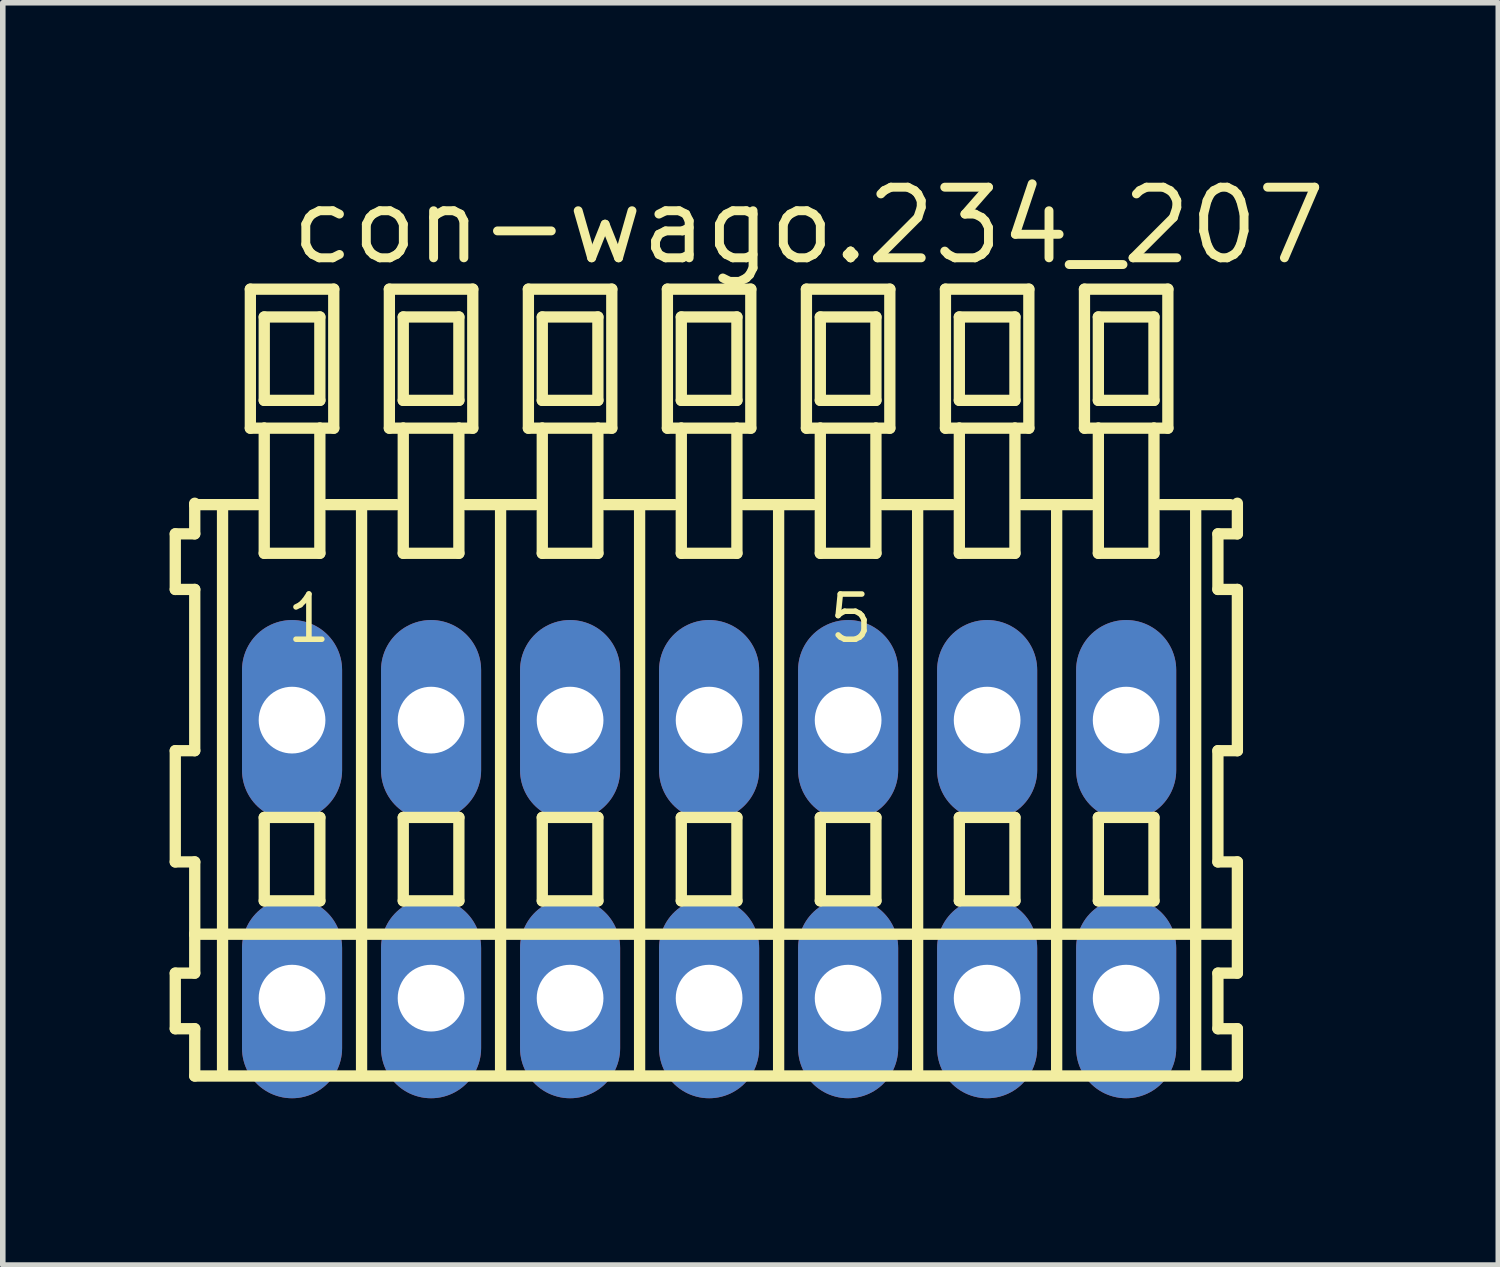
<source format=kicad_pcb>
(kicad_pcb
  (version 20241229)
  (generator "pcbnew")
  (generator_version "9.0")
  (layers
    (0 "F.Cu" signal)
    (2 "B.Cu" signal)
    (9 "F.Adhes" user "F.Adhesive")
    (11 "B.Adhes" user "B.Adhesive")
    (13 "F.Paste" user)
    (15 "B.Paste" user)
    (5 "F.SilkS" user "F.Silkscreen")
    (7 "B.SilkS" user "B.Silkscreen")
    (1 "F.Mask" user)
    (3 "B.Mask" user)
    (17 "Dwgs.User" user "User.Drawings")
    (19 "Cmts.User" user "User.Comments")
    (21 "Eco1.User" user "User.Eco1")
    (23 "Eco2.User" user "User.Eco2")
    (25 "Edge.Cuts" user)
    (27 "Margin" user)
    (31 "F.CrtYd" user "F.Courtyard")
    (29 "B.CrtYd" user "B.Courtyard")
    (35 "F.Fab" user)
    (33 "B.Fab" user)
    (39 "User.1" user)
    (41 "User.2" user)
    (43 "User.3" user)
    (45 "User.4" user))
  (footprint "con-wago.234_207"
    (layer "F.Cu")
    (at 9.702 12.4)
    (property "Reference" "con-wago.234_207" (at -7.6 -10.65 0) (layer "F.SilkS") (effects (font (size 1.27 1.27) (thickness 0.16)) (justify left bottom)))
    (attr through_hole)
    (fp_line (start -9.6 -5.85) (end -9.6 -4.85) (stroke (width 0.203) (type default)) (layer "F.SilkS"))
    (fp_line (start -9.6 -4.85) (end -9.25 -4.85) (stroke (width 0.203) (type default)) (layer "F.SilkS"))
    (fp_line (start -9.6 -1.95) (end -9.6 0.05) (stroke (width 0.203) (type default)) (layer "F.SilkS"))
    (fp_line (start -9.6 0.05) (end -9.25 0.05) (stroke (width 0.203) (type default)) (layer "F.SilkS"))
    (fp_line (start -9.6 2.05) (end -9.6 3.05) (stroke (width 0.203) (type default)) (layer "F.SilkS"))
    (fp_line (start -9.6 3.05) (end -9.25 3.05) (stroke (width 0.203) (type default)) (layer "F.SilkS"))
    (fp_line (start -9.25 -6.4) (end -9.25 -6.375) (stroke (width 0.203) (type default)) (layer "F.SilkS"))
    (fp_line (start -9.25 -6.375) (end -9.25 -5.85) (stroke (width 0.203) (type default)) (layer "F.SilkS"))
    (fp_line (start -9.25 -6.375) (end -8.125 -6.375) (stroke (width 0.203) (type default)) (layer "F.SilkS"))
    (fp_line (start -9.25 -5.85) (end -9.6 -5.85) (stroke (width 0.203) (type default)) (layer "F.SilkS"))
    (fp_line (start -9.25 -4.85) (end -9.25 -1.95) (stroke (width 0.203) (type default)) (layer "F.SilkS"))
    (fp_line (start -9.25 -1.95) (end -9.6 -1.95) (stroke (width 0.203) (type default)) (layer "F.SilkS"))
    (fp_line (start -9.25 0.05) (end -9.25 1.35) (stroke (width 0.203) (type default)) (layer "F.SilkS"))
    (fp_line (start -9.25 1.35) (end -9.25 2.05) (stroke (width 0.203) (type default)) (layer "F.SilkS"))
    (fp_line (start -9.25 1.35) (end 9.5 1.35) (stroke (width 0.203) (type default)) (layer "F.SilkS"))
    (fp_line (start -9.25 2.05) (end -9.6 2.05) (stroke (width 0.203) (type default)) (layer "F.SilkS"))
    (fp_line (start -9.25 3.05) (end -9.25 3.9) (stroke (width 0.203) (type default)) (layer "F.SilkS"))
    (fp_line (start -9.25 3.9) (end 9.5 3.9) (stroke (width 0.203) (type default)) (layer "F.SilkS"))
    (fp_line (start -8.75 -6.35) (end -8.75 3.8) (stroke (width 0.203) (type default)) (layer "F.SilkS"))
    (fp_line (start -8.25 -10.25) (end -8.25 -7.75) (stroke (width 0.203) (type default)) (layer "F.SilkS"))
    (fp_line (start -8.25 -7.75) (end -8 -7.75) (stroke (width 0.203) (type default)) (layer "F.SilkS"))
    (fp_line (start -8 -9.75) (end -8 -8.25) (stroke (width 0.203) (type default)) (layer "F.SilkS"))
    (fp_line (start -8 -8.25) (end -7 -8.25) (stroke (width 0.203) (type default)) (layer "F.SilkS"))
    (fp_line (start -8 -7.75) (end -8 -5.5) (stroke (width 0.203) (type default)) (layer "F.SilkS"))
    (fp_line (start -8 -7.75) (end -7 -7.75) (stroke (width 0.203) (type default)) (layer "F.SilkS"))
    (fp_line (start -8 -5.5) (end -7 -5.5) (stroke (width 0.203) (type default)) (layer "F.SilkS"))
    (fp_line (start -8 -0.75) (end -8 0.75) (stroke (width 0.203) (type default)) (layer "F.SilkS"))
    (fp_line (start -8 0.75) (end -7 0.75) (stroke (width 0.203) (type default)) (layer "F.SilkS"))
    (fp_line (start -7 -9.75) (end -8 -9.75) (stroke (width 0.203) (type default)) (layer "F.SilkS"))
    (fp_line (start -7 -8.25) (end -7 -9.75) (stroke (width 0.203) (type default)) (layer "F.SilkS"))
    (fp_line (start -7 -7.75) (end -6.75 -7.75) (stroke (width 0.203) (type default)) (layer "F.SilkS"))
    (fp_line (start -7 -5.5) (end -7 -7.75) (stroke (width 0.203) (type default)) (layer "F.SilkS"))
    (fp_line (start -7 -0.75) (end -8 -0.75) (stroke (width 0.203) (type default)) (layer "F.SilkS"))
    (fp_line (start -7 0.75) (end -7 -0.75) (stroke (width 0.203) (type default)) (layer "F.SilkS"))
    (fp_line (start -6.875 -6.375) (end -5.625 -6.375) (stroke (width 0.203) (type default)) (layer "F.SilkS"))
    (fp_line (start -6.75 -10.25) (end -8.25 -10.25) (stroke (width 0.203) (type default)) (layer "F.SilkS"))
    (fp_line (start -6.75 -7.75) (end -6.75 -10.25) (stroke (width 0.203) (type default)) (layer "F.SilkS"))
    (fp_line (start -6.25 -6.35) (end -6.25 3.8) (stroke (width 0.203) (type default)) (layer "F.SilkS"))
    (fp_line (start -5.75 -10.25) (end -5.75 -7.75) (stroke (width 0.203) (type default)) (layer "F.SilkS"))
    (fp_line (start -5.75 -7.75) (end -5.5 -7.75) (stroke (width 0.203) (type default)) (layer "F.SilkS"))
    (fp_line (start -5.5 -9.75) (end -5.5 -8.25) (stroke (width 0.203) (type default)) (layer "F.SilkS"))
    (fp_line (start -5.5 -8.25) (end -4.5 -8.25) (stroke (width 0.203) (type default)) (layer "F.SilkS"))
    (fp_line (start -5.5 -7.75) (end -5.5 -5.5) (stroke (width 0.203) (type default)) (layer "F.SilkS"))
    (fp_line (start -5.5 -7.75) (end -4.5 -7.75) (stroke (width 0.203) (type default)) (layer "F.SilkS"))
    (fp_line (start -5.5 -5.5) (end -4.5 -5.5) (stroke (width 0.203) (type default)) (layer "F.SilkS"))
    (fp_line (start -5.5 -0.75) (end -5.5 0.75) (stroke (width 0.203) (type default)) (layer "F.SilkS"))
    (fp_line (start -5.5 0.75) (end -4.5 0.75) (stroke (width 0.203) (type default)) (layer "F.SilkS"))
    (fp_line (start -4.5 -9.75) (end -5.5 -9.75) (stroke (width 0.203) (type default)) (layer "F.SilkS"))
    (fp_line (start -4.5 -8.25) (end -4.5 -9.75) (stroke (width 0.203) (type default)) (layer "F.SilkS"))
    (fp_line (start -4.5 -7.75) (end -4.25 -7.75) (stroke (width 0.203) (type default)) (layer "F.SilkS"))
    (fp_line (start -4.5 -5.5) (end -4.5 -7.75) (stroke (width 0.203) (type default)) (layer "F.SilkS"))
    (fp_line (start -4.5 -0.75) (end -5.5 -0.75) (stroke (width 0.203) (type default)) (layer "F.SilkS"))
    (fp_line (start -4.5 0.75) (end -4.5 -0.75) (stroke (width 0.203) (type default)) (layer "F.SilkS"))
    (fp_line (start -4.375 -6.375) (end -3.125 -6.375) (stroke (width 0.203) (type default)) (layer "F.SilkS"))
    (fp_line (start -4.25 -10.25) (end -5.75 -10.25) (stroke (width 0.203) (type default)) (layer "F.SilkS"))
    (fp_line (start -4.25 -7.75) (end -4.25 -10.25) (stroke (width 0.203) (type default)) (layer "F.SilkS"))
    (fp_line (start -3.75 -6.35) (end -3.75 3.8) (stroke (width 0.203) (type default)) (layer "F.SilkS"))
    (fp_line (start -3.25 -10.25) (end -3.25 -7.75) (stroke (width 0.203) (type default)) (layer "F.SilkS"))
    (fp_line (start -3.25 -7.75) (end -3 -7.75) (stroke (width 0.203) (type default)) (layer "F.SilkS"))
    (fp_line (start -3 -9.75) (end -3 -8.25) (stroke (width 0.203) (type default)) (layer "F.SilkS"))
    (fp_line (start -3 -8.25) (end -2 -8.25) (stroke (width 0.203) (type default)) (layer "F.SilkS"))
    (fp_line (start -3 -7.75) (end -3 -5.5) (stroke (width 0.203) (type default)) (layer "F.SilkS"))
    (fp_line (start -3 -7.75) (end -2 -7.75) (stroke (width 0.203) (type default)) (layer "F.SilkS"))
    (fp_line (start -3 -5.5) (end -2 -5.5) (stroke (width 0.203) (type default)) (layer "F.SilkS"))
    (fp_line (start -3 -0.75) (end -3 0.75) (stroke (width 0.203) (type default)) (layer "F.SilkS"))
    (fp_line (start -3 0.75) (end -2 0.75) (stroke (width 0.203) (type default)) (layer "F.SilkS"))
    (fp_line (start -2 -9.75) (end -3 -9.75) (stroke (width 0.203) (type default)) (layer "F.SilkS"))
    (fp_line (start -2 -8.25) (end -2 -9.75) (stroke (width 0.203) (type default)) (layer "F.SilkS"))
    (fp_line (start -2 -7.75) (end -1.75 -7.75) (stroke (width 0.203) (type default)) (layer "F.SilkS"))
    (fp_line (start -2 -5.5) (end -2 -7.75) (stroke (width 0.203) (type default)) (layer "F.SilkS"))
    (fp_line (start -2 -0.75) (end -3 -0.75) (stroke (width 0.203) (type default)) (layer "F.SilkS"))
    (fp_line (start -2 0.75) (end -2 -0.75) (stroke (width 0.203) (type default)) (layer "F.SilkS"))
    (fp_line (start -1.875 -6.375) (end -0.625 -6.375) (stroke (width 0.203) (type default)) (layer "F.SilkS"))
    (fp_line (start -1.75 -10.25) (end -3.25 -10.25) (stroke (width 0.203) (type default)) (layer "F.SilkS"))
    (fp_line (start -1.75 -7.75) (end -1.75 -10.25) (stroke (width 0.203) (type default)) (layer "F.SilkS"))
    (fp_line (start -1.25 -6.35) (end -1.25 3.8) (stroke (width 0.203) (type default)) (layer "F.SilkS"))
    (fp_line (start -0.75 -10.25) (end -0.75 -7.75) (stroke (width 0.203) (type default)) (layer "F.SilkS"))
    (fp_line (start -0.75 -7.75) (end -0.5 -7.75) (stroke (width 0.203) (type default)) (layer "F.SilkS"))
    (fp_line (start -0.5 -9.75) (end -0.5 -8.25) (stroke (width 0.203) (type default)) (layer "F.SilkS"))
    (fp_line (start -0.5 -8.25) (end 0.5 -8.25) (stroke (width 0.203) (type default)) (layer "F.SilkS"))
    (fp_line (start -0.5 -7.75) (end -0.5 -5.5) (stroke (width 0.203) (type default)) (layer "F.SilkS"))
    (fp_line (start -0.5 -7.75) (end 0.5 -7.75) (stroke (width 0.203) (type default)) (layer "F.SilkS"))
    (fp_line (start -0.5 -5.5) (end 0.5 -5.5) (stroke (width 0.203) (type default)) (layer "F.SilkS"))
    (fp_line (start -0.5 -0.75) (end -0.5 0.75) (stroke (width 0.203) (type default)) (layer "F.SilkS"))
    (fp_line (start -0.5 0.75) (end 0.5 0.75) (stroke (width 0.203) (type default)) (layer "F.SilkS"))
    (fp_line (start 0.5 -9.75) (end -0.5 -9.75) (stroke (width 0.203) (type default)) (layer "F.SilkS"))
    (fp_line (start 0.5 -8.25) (end 0.5 -9.75) (stroke (width 0.203) (type default)) (layer "F.SilkS"))
    (fp_line (start 0.5 -7.75) (end 0.75 -7.75) (stroke (width 0.203) (type default)) (layer "F.SilkS"))
    (fp_line (start 0.5 -5.5) (end 0.5 -7.75) (stroke (width 0.203) (type default)) (layer "F.SilkS"))
    (fp_line (start 0.5 -0.75) (end -0.5 -0.75) (stroke (width 0.203) (type default)) (layer "F.SilkS"))
    (fp_line (start 0.5 0.75) (end 0.5 -0.75) (stroke (width 0.203) (type default)) (layer "F.SilkS"))
    (fp_line (start 0.625 -6.375) (end 1.875 -6.375) (stroke (width 0.203) (type default)) (layer "F.SilkS"))
    (fp_line (start 0.75 -10.25) (end -0.75 -10.25) (stroke (width 0.203) (type default)) (layer "F.SilkS"))
    (fp_line (start 0.75 -7.75) (end 0.75 -10.25) (stroke (width 0.203) (type default)) (layer "F.SilkS"))
    (fp_line (start 1.25 -6.35) (end 1.25 3.8) (stroke (width 0.203) (type default)) (layer "F.SilkS"))
    (fp_line (start 1.75 -10.25) (end 1.75 -7.75) (stroke (width 0.203) (type default)) (layer "F.SilkS"))
    (fp_line (start 1.75 -7.75) (end 2 -7.75) (stroke (width 0.203) (type default)) (layer "F.SilkS"))
    (fp_line (start 2 -9.75) (end 2 -8.25) (stroke (width 0.203) (type default)) (layer "F.SilkS"))
    (fp_line (start 2 -8.25) (end 3 -8.25) (stroke (width 0.203) (type default)) (layer "F.SilkS"))
    (fp_line (start 2 -7.75) (end 2 -5.5) (stroke (width 0.203) (type default)) (layer "F.SilkS"))
    (fp_line (start 2 -7.75) (end 3 -7.75) (stroke (width 0.203) (type default)) (layer "F.SilkS"))
    (fp_line (start 2 -5.5) (end 3 -5.5) (stroke (width 0.203) (type default)) (layer "F.SilkS"))
    (fp_line (start 2 -0.75) (end 2 0.75) (stroke (width 0.203) (type default)) (layer "F.SilkS"))
    (fp_line (start 2 0.75) (end 3 0.75) (stroke (width 0.203) (type default)) (layer "F.SilkS"))
    (fp_line (start 3 -9.75) (end 2 -9.75) (stroke (width 0.203) (type default)) (layer "F.SilkS"))
    (fp_line (start 3 -8.25) (end 3 -9.75) (stroke (width 0.203) (type default)) (layer "F.SilkS"))
    (fp_line (start 3 -7.75) (end 3.25 -7.75) (stroke (width 0.203) (type default)) (layer "F.SilkS"))
    (fp_line (start 3 -5.5) (end 3 -7.75) (stroke (width 0.203) (type default)) (layer "F.SilkS"))
    (fp_line (start 3 -0.75) (end 2 -0.75) (stroke (width 0.203) (type default)) (layer "F.SilkS"))
    (fp_line (start 3 0.75) (end 3 -0.75) (stroke (width 0.203) (type default)) (layer "F.SilkS"))
    (fp_line (start 3.125 -6.375) (end 4.375 -6.375) (stroke (width 0.203) (type default)) (layer "F.SilkS"))
    (fp_line (start 3.25 -10.25) (end 1.75 -10.25) (stroke (width 0.203) (type default)) (layer "F.SilkS"))
    (fp_line (start 3.25 -7.75) (end 3.25 -10.25) (stroke (width 0.203) (type default)) (layer "F.SilkS"))
    (fp_line (start 3.75 -6.35) (end 3.75 3.8) (stroke (width 0.203) (type default)) (layer "F.SilkS"))
    (fp_line (start 4.25 -10.25) (end 4.25 -7.75) (stroke (width 0.203) (type default)) (layer "F.SilkS"))
    (fp_line (start 4.25 -7.75) (end 4.5 -7.75) (stroke (width 0.203) (type default)) (layer "F.SilkS"))
    (fp_line (start 4.5 -9.75) (end 4.5 -8.25) (stroke (width 0.203) (type default)) (layer "F.SilkS"))
    (fp_line (start 4.5 -8.25) (end 5.5 -8.25) (stroke (width 0.203) (type default)) (layer "F.SilkS"))
    (fp_line (start 4.5 -7.75) (end 4.5 -5.5) (stroke (width 0.203) (type default)) (layer "F.SilkS"))
    (fp_line (start 4.5 -7.75) (end 5.5 -7.75) (stroke (width 0.203) (type default)) (layer "F.SilkS"))
    (fp_line (start 4.5 -5.5) (end 5.5 -5.5) (stroke (width 0.203) (type default)) (layer "F.SilkS"))
    (fp_line (start 4.5 -0.75) (end 4.5 0.75) (stroke (width 0.203) (type default)) (layer "F.SilkS"))
    (fp_line (start 4.5 0.75) (end 5.5 0.75) (stroke (width 0.203) (type default)) (layer "F.SilkS"))
    (fp_line (start 5.5 -9.75) (end 4.5 -9.75) (stroke (width 0.203) (type default)) (layer "F.SilkS"))
    (fp_line (start 5.5 -8.25) (end 5.5 -9.75) (stroke (width 0.203) (type default)) (layer "F.SilkS"))
    (fp_line (start 5.5 -7.75) (end 5.75 -7.75) (stroke (width 0.203) (type default)) (layer "F.SilkS"))
    (fp_line (start 5.5 -5.5) (end 5.5 -7.75) (stroke (width 0.203) (type default)) (layer "F.SilkS"))
    (fp_line (start 5.5 -0.75) (end 4.5 -0.75) (stroke (width 0.203) (type default)) (layer "F.SilkS"))
    (fp_line (start 5.5 0.75) (end 5.5 -0.75) (stroke (width 0.203) (type default)) (layer "F.SilkS"))
    (fp_line (start 5.625 -6.375) (end 6.875 -6.375) (stroke (width 0.203) (type default)) (layer "F.SilkS"))
    (fp_line (start 5.75 -10.25) (end 4.25 -10.25) (stroke (width 0.203) (type default)) (layer "F.SilkS"))
    (fp_line (start 5.75 -7.75) (end 5.75 -10.25) (stroke (width 0.203) (type default)) (layer "F.SilkS"))
    (fp_line (start 6.25 -6.35) (end 6.25 3.8) (stroke (width 0.203) (type default)) (layer "F.SilkS"))
    (fp_line (start 6.75 -10.25) (end 6.75 -7.75) (stroke (width 0.203) (type default)) (layer "F.SilkS"))
    (fp_line (start 6.75 -7.75) (end 7 -7.75) (stroke (width 0.203) (type default)) (layer "F.SilkS"))
    (fp_line (start 7 -9.75) (end 7 -8.25) (stroke (width 0.203) (type default)) (layer "F.SilkS"))
    (fp_line (start 7 -8.25) (end 8 -8.25) (stroke (width 0.203) (type default)) (layer "F.SilkS"))
    (fp_line (start 7 -7.75) (end 7 -5.5) (stroke (width 0.203) (type default)) (layer "F.SilkS"))
    (fp_line (start 7 -7.75) (end 8 -7.75) (stroke (width 0.203) (type default)) (layer "F.SilkS"))
    (fp_line (start 7 -5.5) (end 8 -5.5) (stroke (width 0.203) (type default)) (layer "F.SilkS"))
    (fp_line (start 7 -0.75) (end 7 0.75) (stroke (width 0.203) (type default)) (layer "F.SilkS"))
    (fp_line (start 7 0.75) (end 8 0.75) (stroke (width 0.203) (type default)) (layer "F.SilkS"))
    (fp_line (start 8 -9.75) (end 7 -9.75) (stroke (width 0.203) (type default)) (layer "F.SilkS"))
    (fp_line (start 8 -8.25) (end 8 -9.75) (stroke (width 0.203) (type default)) (layer "F.SilkS"))
    (fp_line (start 8 -7.75) (end 8.25 -7.75) (stroke (width 0.203) (type default)) (layer "F.SilkS"))
    (fp_line (start 8 -5.5) (end 8 -7.75) (stroke (width 0.203) (type default)) (layer "F.SilkS"))
    (fp_line (start 8 -0.75) (end 7 -0.75) (stroke (width 0.203) (type default)) (layer "F.SilkS"))
    (fp_line (start 8 0.75) (end 8 -0.75) (stroke (width 0.203) (type default)) (layer "F.SilkS"))
    (fp_line (start 8.125 -6.375) (end 9.375 -6.375) (stroke (width 0.203) (type default)) (layer "F.SilkS"))
    (fp_line (start 8.25 -10.25) (end 6.75 -10.25) (stroke (width 0.203) (type default)) (layer "F.SilkS"))
    (fp_line (start 8.25 -7.75) (end 8.25 -10.25) (stroke (width 0.203) (type default)) (layer "F.SilkS"))
    (fp_line (start 8.75 -6.35) (end 8.75 3.8) (stroke (width 0.203) (type default)) (layer "F.SilkS"))
    (fp_line (start 9.15 -5.85) (end 9.15 -4.85) (stroke (width 0.203) (type default)) (layer "F.SilkS"))
    (fp_line (start 9.15 -4.85) (end 9.5 -4.85) (stroke (width 0.203) (type default)) (layer "F.SilkS"))
    (fp_line (start 9.15 -1.95) (end 9.15 0.05) (stroke (width 0.203) (type default)) (layer "F.SilkS"))
    (fp_line (start 9.15 0.05) (end 9.5 0.05) (stroke (width 0.203) (type default)) (layer "F.SilkS"))
    (fp_line (start 9.15 2.05) (end 9.15 3.05) (stroke (width 0.203) (type default)) (layer "F.SilkS"))
    (fp_line (start 9.15 3.05) (end 9.5 3.05) (stroke (width 0.203) (type default)) (layer "F.SilkS"))
    (fp_line (start 9.5 -5.85) (end 9.15 -5.85) (stroke (width 0.203) (type default)) (layer "F.SilkS"))
    (fp_line (start 9.5 -5.85) (end 9.5 -6.4) (stroke (width 0.203) (type default)) (layer "F.SilkS"))
    (fp_line (start 9.5 -1.95) (end 9.15 -1.95) (stroke (width 0.203) (type default)) (layer "F.SilkS"))
    (fp_line (start 9.5 -1.95) (end 9.5 -4.85) (stroke (width 0.203) (type default)) (layer "F.SilkS"))
    (fp_line (start 9.5 1.35) (end 9.5 0.05) (stroke (width 0.203) (type default)) (layer "F.SilkS"))
    (fp_line (start 9.5 2.05) (end 9.15 2.05) (stroke (width 0.203) (type default)) (layer "F.SilkS"))
    (fp_line (start 9.5 2.05) (end 9.5 1.35) (stroke (width 0.203) (type default)) (layer "F.SilkS"))
    (fp_line (start 9.5 3.9) (end 9.5 3.05) (stroke (width 0.203) (type default)) (layer "F.SilkS"))
    (fp_text user "5" (at 2.1 -3.85 0) (layer "F.SilkS") (effects (font (size 0.813 0.813) (thickness 0.1)) (justify left bottom)))
    (fp_text user "1" (at -7.65 -3.85 0) (layer "F.SilkS") (effects (font (size 0.813 0.813) (thickness 0.1)) (justify left bottom)))
    (pad "A1" thru_hole oval (at -7.5 -2.5 90) (size 3.6 1.8) (drill 1.2) (layers "*.Cu" "*.Mask"))
    (pad "A2" thru_hole oval (at -5 -2.5 90) (size 3.6 1.8) (drill 1.2) (layers "*.Cu" "*.Mask"))
    (pad "A3" thru_hole oval (at -2.5 -2.5 90) (size 3.6 1.8) (drill 1.2) (layers "*.Cu" "*.Mask"))
    (pad "A4" thru_hole oval (at 0 -2.5 90) (size 3.6 1.8) (drill 1.2) (layers "*.Cu" "*.Mask"))
    (pad "A5" thru_hole oval (at 2.5 -2.5 90) (size 3.6 1.8) (drill 1.2) (layers "*.Cu" "*.Mask"))
    (pad "A6" thru_hole oval (at 5 -2.5 90) (size 3.6 1.8) (drill 1.2) (layers "*.Cu" "*.Mask"))
    (pad "A7" thru_hole oval (at 7.5 -2.5 90) (size 3.6 1.8) (drill 1.2) (layers "*.Cu" "*.Mask"))
    (pad "B1" thru_hole oval (at -7.5 2.5 90) (size 3.6 1.8) (drill 1.2) (layers "*.Cu" "*.Mask"))
    (pad "B2" thru_hole oval (at -5 2.5 90) (size 3.6 1.8) (drill 1.2) (layers "*.Cu" "*.Mask"))
    (pad "B3" thru_hole oval (at -2.5 2.5 90) (size 3.6 1.8) (drill 1.2) (layers "*.Cu" "*.Mask"))
    (pad "B4" thru_hole oval (at 0 2.5 90) (size 3.6 1.8) (drill 1.2) (layers "*.Cu" "*.Mask"))
    (pad "B5" thru_hole oval (at 2.5 2.5 90) (size 3.6 1.8) (drill 1.2) (layers "*.Cu" "*.Mask"))
    (pad "B6" thru_hole oval (at 5 2.5 90) (size 3.6 1.8) (drill 1.2) (layers "*.Cu" "*.Mask"))
    (pad "B7" thru_hole oval (at 7.5 2.5 90) (size 3.6 1.8) (drill 1.2) (layers "*.Cu" "*.Mask")))
  (gr_rect
    (start -3 -3)
    (end 23.894 19.7)
    (stroke (width 0.1) (type default))
    (fill no)
    (layer "Edge.Cuts")))
</source>
